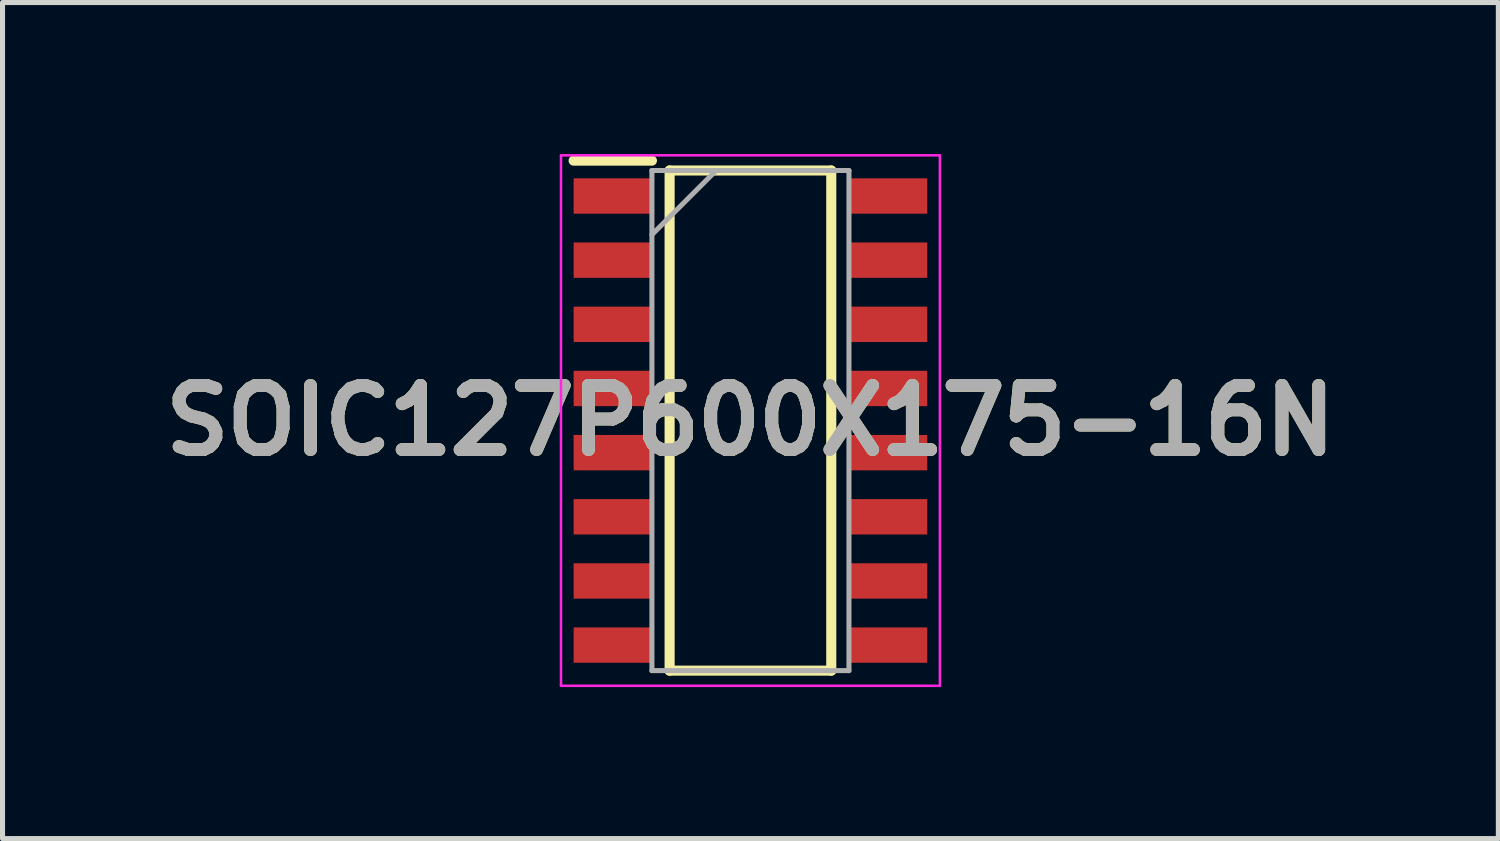
<source format=kicad_pcb>
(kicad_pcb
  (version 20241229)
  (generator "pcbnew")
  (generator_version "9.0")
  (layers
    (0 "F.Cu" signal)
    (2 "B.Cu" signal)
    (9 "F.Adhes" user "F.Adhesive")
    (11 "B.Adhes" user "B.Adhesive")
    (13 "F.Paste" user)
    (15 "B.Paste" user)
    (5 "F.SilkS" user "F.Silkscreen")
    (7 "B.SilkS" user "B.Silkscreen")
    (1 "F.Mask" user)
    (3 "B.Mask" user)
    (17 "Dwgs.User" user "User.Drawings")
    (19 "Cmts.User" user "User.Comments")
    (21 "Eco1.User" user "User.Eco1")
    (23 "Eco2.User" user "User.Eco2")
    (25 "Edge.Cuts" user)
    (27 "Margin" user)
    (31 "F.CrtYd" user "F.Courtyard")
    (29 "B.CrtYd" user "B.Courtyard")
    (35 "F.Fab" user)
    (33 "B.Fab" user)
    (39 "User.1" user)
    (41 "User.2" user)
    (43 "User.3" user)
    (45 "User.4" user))
  (footprint "SOIC127P600X175-16N"
    (layer "F.Cu")
    (at 11.805 5.275)
    (property "Reference" "SOIC127P600X175-16N" (at 0 0 0) (layer "F.SilkS") (effects (font (size 1.27 1.27) (thickness 0.254))))
    (attr smd)
    (fp_line (start -3.5 -5.145) (end -1.95 -5.145) (stroke (width 0.2) (type solid)) (layer "F.SilkS"))
    (fp_line (start -1.6 -4.95) (end 1.6 -4.95) (stroke (width 0.2) (type solid)) (layer "F.SilkS"))
    (fp_line (start -1.6 4.95) (end -1.6 -4.95) (stroke (width 0.2) (type solid)) (layer "F.SilkS"))
    (fp_line (start 1.6 -4.95) (end 1.6 4.95) (stroke (width 0.2) (type solid)) (layer "F.SilkS"))
    (fp_line (start 1.6 4.95) (end -1.6 4.95) (stroke (width 0.2) (type solid)) (layer "F.SilkS"))
    (fp_line (start -3.75 -5.25) (end 3.75 -5.25) (stroke (width 0.05) (type solid)) (layer "F.CrtYd"))
    (fp_line (start -3.75 5.25) (end -3.75 -5.25) (stroke (width 0.05) (type solid)) (layer "F.CrtYd"))
    (fp_line (start 3.75 -5.25) (end 3.75 5.25) (stroke (width 0.05) (type solid)) (layer "F.CrtYd"))
    (fp_line (start 3.75 5.25) (end -3.75 5.25) (stroke (width 0.05) (type solid)) (layer "F.CrtYd"))
    (fp_line (start -1.95 -4.95) (end 1.95 -4.95) (stroke (width 0.1) (type solid)) (layer "F.Fab"))
    (fp_line (start -1.95 -3.68) (end -0.68 -4.95) (stroke (width 0.1) (type solid)) (layer "F.Fab"))
    (fp_line (start -1.95 4.95) (end -1.95 -4.95) (stroke (width 0.1) (type solid)) (layer "F.Fab"))
    (fp_line (start 1.95 -4.95) (end 1.95 4.95) (stroke (width 0.1) (type solid)) (layer "F.Fab"))
    (fp_line (start 1.95 4.95) (end -1.95 4.95) (stroke (width 0.1) (type solid)) (layer "F.Fab"))
    (fp_text user "${REFERENCE}" (at 0 0 0) (layer "F.Fab") (effects (font (size 1.27 1.27) (thickness 0.254))))
    (pad "1" smd rect (at -2.725 -4.445 90) (size 0.7 1.55) (layers "F.Cu" "F.Mask" "F.Paste"))
    (pad "2" smd rect (at -2.725 -3.175 90) (size 0.7 1.55) (layers "F.Cu" "F.Mask" "F.Paste"))
    (pad "3" smd rect (at -2.725 -1.905 90) (size 0.7 1.55) (layers "F.Cu" "F.Mask" "F.Paste"))
    (pad "4" smd rect (at -2.725 -0.635 90) (size 0.7 1.55) (layers "F.Cu" "F.Mask" "F.Paste"))
    (pad "5" smd rect (at -2.725 0.635 90) (size 0.7 1.55) (layers "F.Cu" "F.Mask" "F.Paste"))
    (pad "6" smd rect (at -2.725 1.905 90) (size 0.7 1.55) (layers "F.Cu" "F.Mask" "F.Paste"))
    (pad "7" smd rect (at -2.725 3.175 90) (size 0.7 1.55) (layers "F.Cu" "F.Mask" "F.Paste"))
    (pad "8" smd rect (at -2.725 4.445 90) (size 0.7 1.55) (layers "F.Cu" "F.Mask" "F.Paste"))
    (pad "9" smd rect (at 2.725 4.445 90) (size 0.7 1.55) (layers "F.Cu" "F.Mask" "F.Paste"))
    (pad "10" smd rect (at 2.725 3.175 90) (size 0.7 1.55) (layers "F.Cu" "F.Mask" "F.Paste"))
    (pad "11" smd rect (at 2.725 1.905 90) (size 0.7 1.55) (layers "F.Cu" "F.Mask" "F.Paste"))
    (pad "12" smd rect (at 2.725 0.635 90) (size 0.7 1.55) (layers "F.Cu" "F.Mask" "F.Paste"))
    (pad "13" smd rect (at 2.725 -0.635 90) (size 0.7 1.55) (layers "F.Cu" "F.Mask" "F.Paste"))
    (pad "14" smd rect (at 2.725 -1.905 90) (size 0.7 1.55) (layers "F.Cu" "F.Mask" "F.Paste"))
    (pad "15" smd rect (at 2.725 -3.175 90) (size 0.7 1.55) (layers "F.Cu" "F.Mask" "F.Paste"))
    (pad "16" smd rect (at 2.725 -4.445 90) (size 0.7 1.55) (layers "F.Cu" "F.Mask" "F.Paste")))
  (gr_rect
    (start -3 -3)
    (end 26.61 13.55)
    (stroke (width 0.1) (type default))
    (fill no)
    (layer "Edge.Cuts")))
</source>
